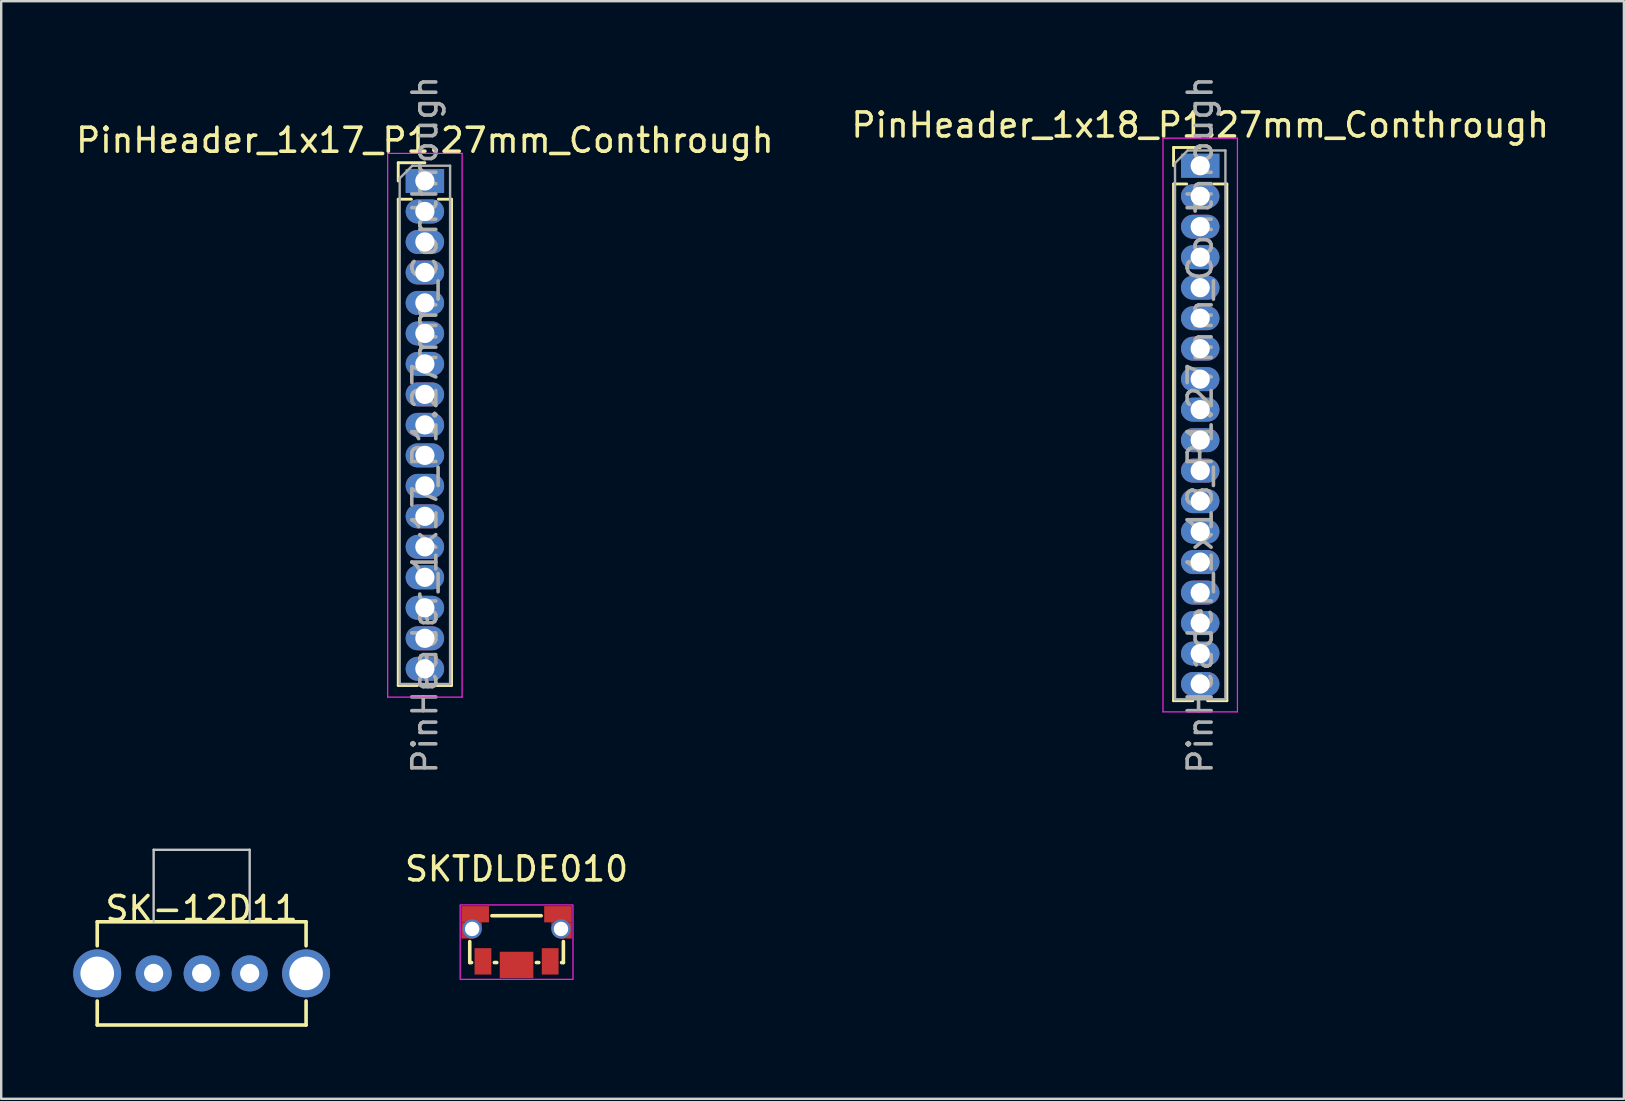
<source format=kicad_pcb>
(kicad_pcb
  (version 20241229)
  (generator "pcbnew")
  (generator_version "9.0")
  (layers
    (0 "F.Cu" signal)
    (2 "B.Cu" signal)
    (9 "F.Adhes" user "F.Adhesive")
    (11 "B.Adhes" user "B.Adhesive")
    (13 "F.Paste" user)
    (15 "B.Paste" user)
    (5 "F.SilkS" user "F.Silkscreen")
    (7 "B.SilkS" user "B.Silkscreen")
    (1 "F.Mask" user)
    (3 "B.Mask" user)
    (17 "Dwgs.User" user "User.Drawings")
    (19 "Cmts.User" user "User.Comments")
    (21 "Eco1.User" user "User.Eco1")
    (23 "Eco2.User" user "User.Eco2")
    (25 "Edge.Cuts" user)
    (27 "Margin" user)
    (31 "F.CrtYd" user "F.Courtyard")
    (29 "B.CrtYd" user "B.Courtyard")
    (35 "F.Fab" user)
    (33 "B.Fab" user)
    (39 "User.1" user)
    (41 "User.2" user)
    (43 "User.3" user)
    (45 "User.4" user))
  (footprint "SK-12D11"
    (layer "F.Cu")
    (at 5.35 37.498)
    (property "Reference" "SK-12D11" (at 0 -2.7 0) (layer "F.SilkS") (effects (font (size 1 1) (thickness 0.15))))
    (attr through_hole)
    (fp_line (start -4.35 -2.15) (end -4.35 -1.15) (stroke (width 0.15) (type solid)) (layer "F.SilkS"))
    (fp_line (start -4.35 2.15) (end -4.35 1.15) (stroke (width 0.15) (type solid)) (layer "F.SilkS"))
    (fp_line (start -4.35 2.15) (end 4.35 2.15) (stroke (width 0.15) (type solid)) (layer "F.SilkS"))
    (fp_line (start 4.35 -2.15) (end -4.35 -2.15) (stroke (width 0.15) (type solid)) (layer "F.SilkS"))
    (fp_line (start 4.35 -2.15) (end 4.35 -1.15) (stroke (width 0.15) (type solid)) (layer "F.SilkS"))
    (fp_line (start 4.35 2.15) (end 4.35 1.15) (stroke (width 0.15) (type solid)) (layer "F.SilkS"))
    (fp_line (start -2 -5.15) (end 2 -5.15) (stroke (width 0.1) (type default)) (layer "Dwgs.User"))
    (fp_line (start -2 -2.15) (end -2 -5.15) (stroke (width 0.1) (type solid)) (layer "Dwgs.User"))
    (fp_line (start 2 -2.15) (end 2 -5.15) (stroke (width 0.1) (type solid)) (layer "Dwgs.User"))
    (pad "1" thru_hole circle (at -2 0) (size 1.5 1.5) (drill 0.8) (layers "*.Cu" "*.Mask"))
    (pad "2" thru_hole circle (at 2 0) (size 1.5 1.5) (drill 0.8) (layers "*.Cu" "*.Mask"))
    (pad "C" thru_hole circle (at 0 0) (size 1.5 1.5) (drill 0.8) (layers "*.Cu" "*.Mask"))
    (pad "NC" thru_hole circle (at -4.35 0) (size 2 2) (drill 1.4) (layers "*.Cu" "*.Mask"))
    (pad "NC" thru_hole circle (at 4.35 0) (size 2 2) (drill 1.4) (layers "*.Cu" "*.Mask")))
  (footprint "SKTDLDE010"
    (layer "F.Cu")
    (at 18.468 35.646)
    (property "Reference" "SKTDLDE010" (at 0 -2.5 0) (unlocked yes) (layer "F.SilkS") (effects (font (size 1 1) (thickness 0.15))))
    (attr smd)
    (fp_line (start -1.95 1.4) (end -1.95 0.525) (stroke (width 0.15) (type solid)) (layer "F.SilkS"))
    (fp_line (start -1.95 1.4) (end -1.875 1.4) (stroke (width 0.15) (type solid)) (layer "F.SilkS"))
    (fp_line (start -1.025 -0.55) (end 1.025 -0.55) (stroke (width 0.15) (type solid)) (layer "F.SilkS"))
    (fp_line (start -0.925 1.4) (end -0.825 1.4) (stroke (width 0.15) (type solid)) (layer "F.SilkS"))
    (fp_line (start 0.825 1.4) (end 0.925 1.4) (stroke (width 0.15) (type solid)) (layer "F.SilkS"))
    (fp_line (start 1.875 1.4) (end 1.95 1.4) (stroke (width 0.15) (type solid)) (layer "F.SilkS"))
    (fp_line (start 1.95 1.4) (end 1.95 0.525) (stroke (width 0.15) (type solid)) (layer "F.SilkS"))
    (fp_line (start -0.75 -1.55) (end 0.75 -1.55) (stroke (width 0.15) (type solid)) (layer "Eco2.User"))
    (fp_line (start -0.75 -0.55) (end -0.75 -1.55) (stroke (width 0.15) (type solid)) (layer "Eco2.User"))
    (fp_line (start 0.75 -0.55) (end 0.75 -1.55) (stroke (width 0.15) (type solid)) (layer "Eco2.User"))
    (fp_rect (start -2.35 -1) (end 2.35 2.1) (stroke (width 0.05) (type default)) (fill no) (layer "F.CrtYd"))
    (pad "1" smd rect (at 1.4 1.35) (size 0.7 1.1) (layers "F.Cu" "F.Mask" "F.Paste"))
    (pad "2" smd rect (at -1.4 1.35) (size 0.7 1.1) (layers "F.Cu" "F.Mask" "F.Paste"))
    (pad "NC" smd rect (at -2.075 0.062) (size 0.45 0.675) (layers "F.Cu" "F.Mask" "F.Paste"))
    (pad "NC" thru_hole circle (at -1.85 0) (size 0.8 0.8) (drill 0.6) (layers "*.Cu" "*.Mask"))
    (pad "NC" smd rect (at -1.725 -0.613) (size 1.15 0.675) (layers "F.Cu" "F.Mask" "F.Paste"))
    (pad "NC" smd rect (at -1.587 -0.138) (size 0.275 0.275) (layers "F.Cu" "F.Mask" "F.Paste"))
    (pad "NC" smd rect (at 0 1.5) (size 1.4 1.1) (layers "F.Cu" "F.Mask" "F.Paste"))
    (pad "NC" smd rect (at 1.587 -0.138) (size 0.275 0.275) (layers "F.Cu" "F.Mask" "F.Paste"))
    (pad "NC" smd rect (at 1.725 -0.613) (size 1.15 0.675) (layers "F.Cu" "F.Mask" "F.Paste"))
    (pad "NC" thru_hole circle (at 1.85 0) (size 0.8 0.8) (drill 0.6) (layers "*.Cu" "*.Mask"))
    (pad "NC" smd rect (at 2.075 0.062) (size 0.45 0.675) (layers "F.Cu" "F.Mask" "F.Paste")))
  (footprint "PinHeader_1x18_P1.27mm_Conthrough"
    (layer "F.Cu")
    (at 46.946 3.854)
    (property "Reference" "PinHeader_1x18_P1.27mm_Conthrough" (at 0 -1.695 0) (layer "F.SilkS") (effects (font (size 1 1) (thickness 0.15))))
    (attr through_hole)
    (fp_line (start -1.11 -0.76) (end 0 -0.76) (stroke (width 0.12) (type solid)) (layer "F.SilkS"))
    (fp_line (start -1.11 0) (end -1.11 -0.76) (stroke (width 0.12) (type solid)) (layer "F.SilkS"))
    (fp_line (start -1.11 0.76) (end -1.11 22.285) (stroke (width 0.12) (type solid)) (layer "F.SilkS"))
    (fp_line (start -1.11 0.76) (end -0.563 0.76) (stroke (width 0.12) (type solid)) (layer "F.SilkS"))
    (fp_line (start -1.11 22.285) (end -0.308 22.285) (stroke (width 0.12) (type solid)) (layer "F.SilkS"))
    (fp_line (start 0.308 22.285) (end 1.11 22.285) (stroke (width 0.12) (type solid)) (layer "F.SilkS"))
    (fp_line (start 0.563 0.76) (end 1.11 0.76) (stroke (width 0.12) (type solid)) (layer "F.SilkS"))
    (fp_line (start 1.11 0.76) (end 1.11 22.285) (stroke (width 0.12) (type solid)) (layer "F.SilkS"))
    (fp_line (start -1.55 -1.15) (end -1.55 22.75) (stroke (width 0.05) (type solid)) (layer "F.CrtYd"))
    (fp_line (start -1.55 22.75) (end 1.55 22.75) (stroke (width 0.05) (type solid)) (layer "F.CrtYd"))
    (fp_line (start 1.55 -1.15) (end -1.55 -1.15) (stroke (width 0.05) (type solid)) (layer "F.CrtYd"))
    (fp_line (start 1.55 22.75) (end 1.55 -1.15) (stroke (width 0.05) (type solid)) (layer "F.CrtYd"))
    (fp_line (start -1.05 -0.11) (end -0.525 -0.635) (stroke (width 0.1) (type solid)) (layer "F.Fab"))
    (fp_line (start -1.05 22.225) (end -1.05 -0.11) (stroke (width 0.1) (type solid)) (layer "F.Fab"))
    (fp_line (start -0.525 -0.635) (end 1.05 -0.635) (stroke (width 0.1) (type solid)) (layer "F.Fab"))
    (fp_line (start 1.05 -0.635) (end 1.05 22.225) (stroke (width 0.1) (type solid)) (layer "F.Fab"))
    (fp_line (start 1.05 22.225) (end -1.05 22.225) (stroke (width 0.1) (type solid)) (layer "F.Fab"))
    (fp_text user "${REFERENCE}" (at 0 10.795 90) (layer "F.Fab") (effects (font (size 1 1) (thickness 0.15))))
    (pad "1" thru_hole rect (at 0 0) (size 1.6 1) (drill 0.8) (layers "*.Cu" "*.Mask"))
    (pad "2" thru_hole oval (at 0 1.27) (size 1.6 1) (drill 0.8) (layers "*.Cu" "*.Mask"))
    (pad "3" thru_hole oval (at 0 2.54) (size 1.6 1) (drill 0.8) (layers "*.Cu" "*.Mask"))
    (pad "4" thru_hole oval (at 0 3.81) (size 1.6 1) (drill 0.8) (layers "*.Cu" "*.Mask"))
    (pad "5" thru_hole oval (at 0 5.08) (size 1.6 1) (drill 0.8) (layers "*.Cu" "*.Mask"))
    (pad "6" thru_hole oval (at 0 6.35) (size 1.6 1) (drill 0.8) (layers "*.Cu" "*.Mask"))
    (pad "7" thru_hole oval (at 0 7.62) (size 1.6 1) (drill 0.8) (layers "*.Cu" "*.Mask"))
    (pad "8" thru_hole oval (at 0 8.89) (size 1.6 1) (drill 0.8) (layers "*.Cu" "*.Mask"))
    (pad "9" thru_hole oval (at 0 10.16) (size 1.6 1) (drill 0.8) (layers "*.Cu" "*.Mask"))
    (pad "10" thru_hole oval (at 0 11.43) (size 1.6 1) (drill 0.8) (layers "*.Cu" "*.Mask"))
    (pad "11" thru_hole oval (at 0 12.7) (size 1.6 1) (drill 0.8) (layers "*.Cu" "*.Mask"))
    (pad "12" thru_hole oval (at 0 13.97) (size 1.6 1) (drill 0.8) (layers "*.Cu" "*.Mask"))
    (pad "13" thru_hole oval (at 0 15.24) (size 1.6 1) (drill 0.8) (layers "*.Cu" "*.Mask"))
    (pad "14" thru_hole oval (at 0 16.51) (size 1.6 1) (drill 0.8) (layers "*.Cu" "*.Mask"))
    (pad "15" thru_hole oval (at 0 17.78) (size 1.6 1) (drill 0.8) (layers "*.Cu" "*.Mask"))
    (pad "16" thru_hole oval (at 0 19.05) (size 1.6 1) (drill 0.8) (layers "*.Cu" "*.Mask"))
    (pad "17" thru_hole oval (at 0 20.32) (size 1.6 1) (drill 0.8) (layers "*.Cu" "*.Mask"))
    (pad "18" thru_hole oval (at 0 21.59) (size 1.6 1) (drill 0.8) (layers "*.Cu" "*.Mask")))
  (footprint "PinHeader_1x17_P1.27mm_Conthrough"
    (layer "F.Cu")
    (at 14.649 4.489)
    (property "Reference" "PinHeader_1x17_P1.27mm_Conthrough" (at 0 -1.695 0) (layer "F.SilkS") (effects (font (size 1 1) (thickness 0.15))))
    (attr through_hole)
    (fp_line (start -1.11 -0.76) (end 0 -0.76) (stroke (width 0.12) (type solid)) (layer "F.SilkS"))
    (fp_line (start -1.11 0) (end -1.11 -0.76) (stroke (width 0.12) (type solid)) (layer "F.SilkS"))
    (fp_line (start -1.11 0.76) (end -1.11 21.015) (stroke (width 0.12) (type solid)) (layer "F.SilkS"))
    (fp_line (start -1.11 0.76) (end -0.563 0.76) (stroke (width 0.12) (type solid)) (layer "F.SilkS"))
    (fp_line (start -1.11 21.015) (end -0.308 21.015) (stroke (width 0.12) (type solid)) (layer "F.SilkS"))
    (fp_line (start 0.308 21.015) (end 1.11 21.015) (stroke (width 0.12) (type solid)) (layer "F.SilkS"))
    (fp_line (start 0.563 0.76) (end 1.11 0.76) (stroke (width 0.12) (type solid)) (layer "F.SilkS"))
    (fp_line (start 1.11 0.76) (end 1.11 21.015) (stroke (width 0.12) (type solid)) (layer "F.SilkS"))
    (fp_line (start -1.55 -1.15) (end -1.55 21.5) (stroke (width 0.05) (type solid)) (layer "F.CrtYd"))
    (fp_line (start -1.55 21.5) (end 1.55 21.5) (stroke (width 0.05) (type solid)) (layer "F.CrtYd"))
    (fp_line (start 1.55 -1.15) (end -1.55 -1.15) (stroke (width 0.05) (type solid)) (layer "F.CrtYd"))
    (fp_line (start 1.55 21.5) (end 1.55 -1.15) (stroke (width 0.05) (type solid)) (layer "F.CrtYd"))
    (fp_line (start -1.05 -0.11) (end -0.525 -0.635) (stroke (width 0.1) (type solid)) (layer "F.Fab"))
    (fp_line (start -1.05 20.955) (end -1.05 -0.11) (stroke (width 0.1) (type solid)) (layer "F.Fab"))
    (fp_line (start -0.525 -0.635) (end 1.05 -0.635) (stroke (width 0.1) (type solid)) (layer "F.Fab"))
    (fp_line (start 1.05 -0.635) (end 1.05 20.955) (stroke (width 0.1) (type solid)) (layer "F.Fab"))
    (fp_line (start 1.05 20.955) (end -1.05 20.955) (stroke (width 0.1) (type solid)) (layer "F.Fab"))
    (fp_text user "${REFERENCE}" (at 0 10.16 90) (layer "F.Fab") (effects (font (size 1 1) (thickness 0.15))))
    (pad "1" thru_hole rect (at 0 0) (size 1.6 1) (drill 0.8) (layers "*.Cu" "*.Mask"))
    (pad "2" thru_hole oval (at 0 1.27) (size 1.6 1) (drill 0.8) (layers "*.Cu" "*.Mask"))
    (pad "3" thru_hole oval (at 0 2.54) (size 1.6 1) (drill 0.8) (layers "*.Cu" "*.Mask"))
    (pad "4" thru_hole oval (at 0 3.81) (size 1.6 1) (drill 0.8) (layers "*.Cu" "*.Mask"))
    (pad "5" thru_hole oval (at 0 5.08) (size 1.6 1) (drill 0.8) (layers "*.Cu" "*.Mask"))
    (pad "6" thru_hole oval (at 0 6.35) (size 1.6 1) (drill 0.8) (layers "*.Cu" "*.Mask"))
    (pad "7" thru_hole oval (at 0 7.62) (size 1.6 1) (drill 0.8) (layers "*.Cu" "*.Mask"))
    (pad "8" thru_hole oval (at 0 8.89) (size 1.6 1) (drill 0.8) (layers "*.Cu" "*.Mask"))
    (pad "9" thru_hole oval (at 0 10.16) (size 1.6 1) (drill 0.8) (layers "*.Cu" "*.Mask"))
    (pad "10" thru_hole oval (at 0 11.43) (size 1.6 1) (drill 0.8) (layers "*.Cu" "*.Mask"))
    (pad "11" thru_hole oval (at 0 12.7) (size 1.6 1) (drill 0.8) (layers "*.Cu" "*.Mask"))
    (pad "12" thru_hole oval (at 0 13.97) (size 1.6 1) (drill 0.8) (layers "*.Cu" "*.Mask"))
    (pad "13" thru_hole oval (at 0 15.24) (size 1.6 1) (drill 0.8) (layers "*.Cu" "*.Mask"))
    (pad "14" thru_hole oval (at 0 16.51) (size 1.6 1) (drill 0.8) (layers "*.Cu" "*.Mask"))
    (pad "15" thru_hole oval (at 0 17.78) (size 1.6 1) (drill 0.8) (layers "*.Cu" "*.Mask"))
    (pad "16" thru_hole oval (at 0 19.05) (size 1.6 1) (drill 0.8) (layers "*.Cu" "*.Mask"))
    (pad "17" thru_hole oval (at 0 20.32) (size 1.6 1) (drill 0.8) (layers "*.Cu" "*.Mask")))
  (gr_rect
    (start -3 -3)
    (end 64.595 42.723)
    (stroke (width 0.1) (type default))
    (fill no)
    (layer "Edge.Cuts")))
</source>
